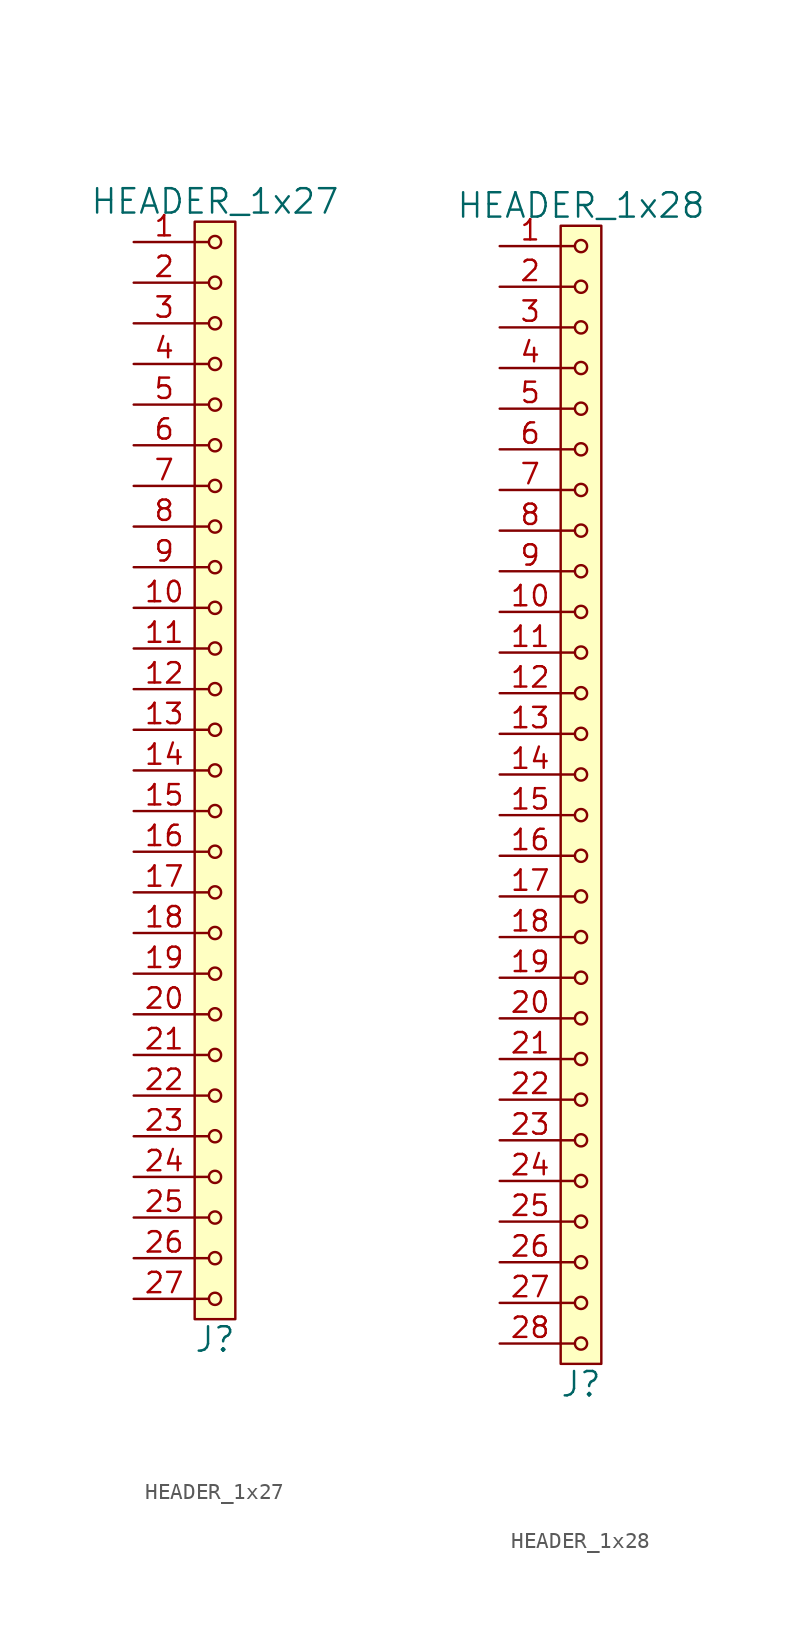
<source format=kicad_sym>
(kicad_symbol_lib
  (version 20211014)
  (generator kicad_symbol_editor)
  (symbol "HEADER_1x27"
    (pin_names
      (offset 1.016))
    (property "Reference" "J"
      (at 0 -35.56 0)
      (effects (font (size 1.524 1.524))))
    (property "Value" "HEADER_1x27"
      (at 0 35.56 0)
      (effects (font (size 1.524 1.524))))
    (property "Footprint" ""
      (at 0 33.02 0)
      (effects (font (size 1.524 1.524))))
    (property "Datasheet" ""
      (at 0 33.02 0)
      (effects (font (size 1.524 1.524))))
    (symbol "HEADER_1x27_0_1"
      (rectangle (start -1.27 34.29) (end 1.27 -34.29) (stroke (width 0) (type default) (color 0 0 0 0)) (fill (type background)))
      (circle (center 0 -33.02) (radius 0.381) (stroke (width 0) (type default) (color 0 0 0 0)) (fill (type none)))
      (circle (center 0 -30.48) (radius 0.381) (stroke (width 0) (type default) (color 0 0 0 0)) (fill (type none)))
      (circle (center 0 -27.94) (radius 0.381) (stroke (width 0) (type default) (color 0 0 0 0)) (fill (type none)))
      (circle (center 0 -25.4) (radius 0.381) (stroke (width 0) (type default) (color 0 0 0 0)) (fill (type none)))
      (circle (center 0 -22.86) (radius 0.381) (stroke (width 0) (type default) (color 0 0 0 0)) (fill (type none)))
      (circle (center 0 -20.32) (radius 0.381) (stroke (width 0) (type default) (color 0 0 0 0)) (fill (type none)))
      (circle (center 0 -17.78) (radius 0.381) (stroke (width 0) (type default) (color 0 0 0 0)) (fill (type none)))
      (circle (center 0 -15.24) (radius 0.381) (stroke (width 0) (type default) (color 0 0 0 0)) (fill (type none)))
      (circle (center 0 -12.7) (radius 0.381) (stroke (width 0) (type default) (color 0 0 0 0)) (fill (type none)))
      (circle (center 0 -10.16) (radius 0.381) (stroke (width 0) (type default) (color 0 0 0 0)) (fill (type none)))
      (circle (center 0 -7.62) (radius 0.381) (stroke (width 0) (type default) (color 0 0 0 0)) (fill (type none)))
      (circle (center 0 -5.08) (radius 0.381) (stroke (width 0) (type default) (color 0 0 0 0)) (fill (type none)))
      (circle (center 0 -2.54) (radius 0.381) (stroke (width 0) (type default) (color 0 0 0 0)) (fill (type none)))
      (polyline (pts (xy -1.27 -33.02) (xy -0.381 -33.02)) (stroke (width 0) (type default) (color 0 0 0 0)) (fill (type none)))
      (polyline (pts (xy -1.27 -30.48) (xy -0.381 -30.48)) (stroke (width 0) (type default) (color 0 0 0 0)) (fill (type none)))
      (polyline (pts (xy -1.27 -27.94) (xy -0.381 -27.94)) (stroke (width 0) (type default) (color 0 0 0 0)) (fill (type none)))
      (polyline (pts (xy -1.27 -25.4) (xy -0.381 -25.4)) (stroke (width 0) (type default) (color 0 0 0 0)) (fill (type none)))
      (polyline (pts (xy -1.27 -22.86) (xy -0.381 -22.86)) (stroke (width 0) (type default) (color 0 0 0 0)) (fill (type none)))
      (polyline (pts (xy -1.27 -20.32) (xy -0.381 -20.32)) (stroke (width 0) (type default) (color 0 0 0 0)) (fill (type none)))
      (polyline (pts (xy -1.27 -17.78) (xy -0.381 -17.78)) (stroke (width 0) (type default) (color 0 0 0 0)) (fill (type none)))
      (polyline (pts (xy -1.27 -15.24) (xy -0.381 -15.24)) (stroke (width 0) (type default) (color 0 0 0 0)) (fill (type none)))
      (polyline (pts (xy -1.27 -12.7) (xy -0.381 -12.7)) (stroke (width 0) (type default) (color 0 0 0 0)) (fill (type none)))
      (polyline (pts (xy -1.27 -10.16) (xy -0.381 -10.16)) (stroke (width 0) (type default) (color 0 0 0 0)) (fill (type none)))
      (polyline (pts (xy -1.27 -7.62) (xy -0.381 -7.62)) (stroke (width 0) (type default) (color 0 0 0 0)) (fill (type none)))
      (polyline (pts (xy -1.27 -5.08) (xy -0.381 -5.08)) (stroke (width 0) (type default) (color 0 0 0 0)) (fill (type none)))
      (polyline (pts (xy -1.27 -2.54) (xy -0.381 -2.54)) (stroke (width 0) (type default) (color 0 0 0 0)) (fill (type none)))
      (polyline (pts (xy -1.27 0) (xy -0.381 0)) (stroke (width 0) (type default) (color 0 0 0 0)) (fill (type none)))
      (polyline (pts (xy -1.27 2.54) (xy -0.381 2.54)) (stroke (width 0) (type default) (color 0 0 0 0)) (fill (type none)))
      (polyline (pts (xy -1.27 5.08) (xy -0.381 5.08)) (stroke (width 0) (type default) (color 0 0 0 0)) (fill (type none)))
      (polyline (pts (xy -1.27 7.62) (xy -0.381 7.62)) (stroke (width 0) (type default) (color 0 0 0 0)) (fill (type none)))
      (polyline (pts (xy -1.27 10.16) (xy -0.381 10.16)) (stroke (width 0) (type default) (color 0 0 0 0)) (fill (type none)))
      (polyline (pts (xy -1.27 12.7) (xy -0.381 12.7)) (stroke (width 0) (type default) (color 0 0 0 0)) (fill (type none)))
      (polyline (pts (xy -1.27 15.24) (xy -0.381 15.24)) (stroke (width 0) (type default) (color 0 0 0 0)) (fill (type none)))
      (polyline (pts (xy -1.27 17.78) (xy -0.381 17.78)) (stroke (width 0) (type default) (color 0 0 0 0)) (fill (type none)))
      (polyline (pts (xy -1.27 20.32) (xy -0.381 20.32)) (stroke (width 0) (type default) (color 0 0 0 0)) (fill (type none)))
      (polyline (pts (xy -1.27 22.86) (xy -0.381 22.86)) (stroke (width 0) (type default) (color 0 0 0 0)) (fill (type none)))
      (polyline (pts (xy -1.27 25.4) (xy -0.381 25.4)) (stroke (width 0) (type default) (color 0 0 0 0)) (fill (type none)))
      (polyline (pts (xy -1.27 27.94) (xy -0.381 27.94)) (stroke (width 0) (type default) (color 0 0 0 0)) (fill (type none)))
      (polyline (pts (xy -1.27 30.48) (xy -0.381 30.48)) (stroke (width 0) (type default) (color 0 0 0 0)) (fill (type none)))
      (polyline (pts (xy -1.27 33.02) (xy -0.381 33.02)) (stroke (width 0) (type default) (color 0 0 0 0)) (fill (type none)))
      (circle (center 0 0) (radius 0.381) (stroke (width 0) (type default) (color 0 0 0 0)) (fill (type none)))
      (circle (center 0 2.54) (radius 0.381) (stroke (width 0) (type default) (color 0 0 0 0)) (fill (type none)))
      (circle (center 0 5.08) (radius 0.381) (stroke (width 0) (type default) (color 0 0 0 0)) (fill (type none)))
      (circle (center 0 7.62) (radius 0.381) (stroke (width 0) (type default) (color 0 0 0 0)) (fill (type none)))
      (circle (center 0 10.16) (radius 0.381) (stroke (width 0) (type default) (color 0 0 0 0)) (fill (type none)))
      (circle (center 0 12.7) (radius 0.381) (stroke (width 0) (type default) (color 0 0 0 0)) (fill (type none)))
      (circle (center 0 15.24) (radius 0.381) (stroke (width 0) (type default) (color 0 0 0 0)) (fill (type none)))
      (circle (center 0 17.78) (radius 0.381) (stroke (width 0) (type default) (color 0 0 0 0)) (fill (type none)))
      (circle (center 0 20.32) (radius 0.381) (stroke (width 0) (type default) (color 0 0 0 0)) (fill (type none)))
      (circle (center 0 22.86) (radius 0.381) (stroke (width 0) (type default) (color 0 0 0 0)) (fill (type none)))
      (circle (center 0 25.4) (radius 0.381) (stroke (width 0) (type default) (color 0 0 0 0)) (fill (type none)))
      (circle (center 0 27.94) (radius 0.381) (stroke (width 0) (type default) (color 0 0 0 0)) (fill (type none)))
      (circle (center 0 30.48) (radius 0.381) (stroke (width 0) (type default) (color 0 0 0 0)) (fill (type none)))
      (circle (center 0 33.02) (radius 0.381) (stroke (width 0) (type default) (color 0 0 0 0)) (fill (type none))))
    (symbol "HEADER_1x27_1_1"
      (pin input line (at -5.08 33.02 0) (length 3.81) (name "~" (effects (font (size 1.27 1.27)))) (number "1" (effects (font (size 1.27 1.27)))))
      (pin input line (at -5.08 10.16 0) (length 3.81) (name "~" (effects (font (size 1.27 1.27)))) (number "10" (effects (font (size 1.27 1.27)))))
      (pin input line (at -5.08 7.62 0) (length 3.81) (name "~" (effects (font (size 1.27 1.27)))) (number "11" (effects (font (size 1.27 1.27)))))
      (pin input line (at -5.08 5.08 0) (length 3.81) (name "~" (effects (font (size 1.27 1.27)))) (number "12" (effects (font (size 1.27 1.27)))))
      (pin input line (at -5.08 2.54 0) (length 3.81) (name "~" (effects (font (size 1.27 1.27)))) (number "13" (effects (font (size 1.27 1.27)))))
      (pin input line (at -5.08 0 0) (length 3.81) (name "~" (effects (font (size 1.27 1.27)))) (number "14" (effects (font (size 1.27 1.27)))))
      (pin input line (at -5.08 -2.54 0) (length 3.81) (name "~" (effects (font (size 1.27 1.27)))) (number "15" (effects (font (size 1.27 1.27)))))
      (pin input line (at -5.08 -5.08 0) (length 3.81) (name "~" (effects (font (size 1.27 1.27)))) (number "16" (effects (font (size 1.27 1.27)))))
      (pin input line (at -5.08 -7.62 0) (length 3.81) (name "~" (effects (font (size 1.27 1.27)))) (number "17" (effects (font (size 1.27 1.27)))))
      (pin input line (at -5.08 -10.16 0) (length 3.81) (name "~" (effects (font (size 1.27 1.27)))) (number "18" (effects (font (size 1.27 1.27)))))
      (pin input line (at -5.08 -12.7 0) (length 3.81) (name "~" (effects (font (size 1.27 1.27)))) (number "19" (effects (font (size 1.27 1.27)))))
      (pin input line (at -5.08 30.48 0) (length 3.81) (name "~" (effects (font (size 1.27 1.27)))) (number "2" (effects (font (size 1.27 1.27)))))
      (pin input line (at -5.08 -15.24 0) (length 3.81) (name "~" (effects (font (size 1.27 1.27)))) (number "20" (effects (font (size 1.27 1.27)))))
      (pin input line (at -5.08 -17.78 0) (length 3.81) (name "~" (effects (font (size 1.27 1.27)))) (number "21" (effects (font (size 1.27 1.27)))))
      (pin input line (at -5.08 -20.32 0) (length 3.81) (name "~" (effects (font (size 1.27 1.27)))) (number "22" (effects (font (size 1.27 1.27)))))
      (pin input line (at -5.08 -22.86 0) (length 3.81) (name "~" (effects (font (size 1.27 1.27)))) (number "23" (effects (font (size 1.27 1.27)))))
      (pin input line (at -5.08 -25.4 0) (length 3.81) (name "~" (effects (font (size 1.27 1.27)))) (number "24" (effects (font (size 1.27 1.27)))))
      (pin input line (at -5.08 -27.94 0) (length 3.81) (name "~" (effects (font (size 1.27 1.27)))) (number "25" (effects (font (size 1.27 1.27)))))
      (pin input line (at -5.08 -30.48 0) (length 3.81) (name "~" (effects (font (size 1.27 1.27)))) (number "26" (effects (font (size 1.27 1.27)))))
      (pin input line (at -5.08 -33.02 0) (length 3.81) (name "~" (effects (font (size 1.27 1.27)))) (number "27" (effects (font (size 1.27 1.27)))))
      (pin input line (at -5.08 27.94 0) (length 3.81) (name "~" (effects (font (size 1.27 1.27)))) (number "3" (effects (font (size 1.27 1.27)))))
      (pin input line (at -5.08 25.4 0) (length 3.81) (name "~" (effects (font (size 1.27 1.27)))) (number "4" (effects (font (size 1.27 1.27)))))
      (pin input line (at -5.08 22.86 0) (length 3.81) (name "~" (effects (font (size 1.27 1.27)))) (number "5" (effects (font (size 1.27 1.27)))))
      (pin input line (at -5.08 20.32 0) (length 3.81) (name "~" (effects (font (size 1.27 1.27)))) (number "6" (effects (font (size 1.27 1.27)))))
      (pin input line (at -5.08 17.78 0) (length 3.81) (name "~" (effects (font (size 1.27 1.27)))) (number "7" (effects (font (size 1.27 1.27)))))
      (pin input line (at -5.08 15.24 0) (length 3.81) (name "~" (effects (font (size 1.27 1.27)))) (number "8" (effects (font (size 1.27 1.27)))))
      (pin input line (at -5.08 12.7 0) (length 3.81) (name "~" (effects (font (size 1.27 1.27)))) (number "9" (effects (font (size 1.27 1.27)))))))
  (symbol "HEADER_1x28"
    (pin_names
      (offset 1.016))
    (property "Reference" "J"
      (at 0 -36.83 0)
      (effects (font (size 1.524 1.524))))
    (property "Value" "HEADER_1x28"
      (at 0 36.83 0)
      (effects (font (size 1.524 1.524))))
    (property "Footprint" ""
      (at 0 34.29 0)
      (effects (font (size 1.524 1.524))))
    (property "Datasheet" ""
      (at 0 34.29 0)
      (effects (font (size 1.524 1.524))))
    (symbol "HEADER_1x28_0_1"
      (rectangle (start -1.27 35.56) (end 1.27 -35.56) (stroke (width 0) (type default) (color 0 0 0 0)) (fill (type background)))
      (circle (center 0 -34.29) (radius 0.381) (stroke (width 0) (type default) (color 0 0 0 0)) (fill (type none)))
      (circle (center 0 -31.75) (radius 0.381) (stroke (width 0) (type default) (color 0 0 0 0)) (fill (type none)))
      (circle (center 0 -29.21) (radius 0.381) (stroke (width 0) (type default) (color 0 0 0 0)) (fill (type none)))
      (circle (center 0 -26.67) (radius 0.381) (stroke (width 0) (type default) (color 0 0 0 0)) (fill (type none)))
      (circle (center 0 -24.13) (radius 0.381) (stroke (width 0) (type default) (color 0 0 0 0)) (fill (type none)))
      (circle (center 0 -21.59) (radius 0.381) (stroke (width 0) (type default) (color 0 0 0 0)) (fill (type none)))
      (circle (center 0 -19.05) (radius 0.381) (stroke (width 0) (type default) (color 0 0 0 0)) (fill (type none)))
      (circle (center 0 -16.51) (radius 0.381) (stroke (width 0) (type default) (color 0 0 0 0)) (fill (type none)))
      (circle (center 0 -13.97) (radius 0.381) (stroke (width 0) (type default) (color 0 0 0 0)) (fill (type none)))
      (circle (center 0 -11.43) (radius 0.381) (stroke (width 0) (type default) (color 0 0 0 0)) (fill (type none)))
      (circle (center 0 -8.89) (radius 0.381) (stroke (width 0) (type default) (color 0 0 0 0)) (fill (type none)))
      (circle (center 0 -6.35) (radius 0.381) (stroke (width 0) (type default) (color 0 0 0 0)) (fill (type none)))
      (circle (center 0 -3.81) (radius 0.381) (stroke (width 0) (type default) (color 0 0 0 0)) (fill (type none)))
      (circle (center 0 -1.27) (radius 0.381) (stroke (width 0) (type default) (color 0 0 0 0)) (fill (type none)))
      (polyline (pts (xy -1.27 -34.29) (xy -0.381 -34.29)) (stroke (width 0) (type default) (color 0 0 0 0)) (fill (type none)))
      (polyline (pts (xy -1.27 -31.75) (xy -0.381 -31.75)) (stroke (width 0) (type default) (color 0 0 0 0)) (fill (type none)))
      (polyline (pts (xy -1.27 -29.21) (xy -0.381 -29.21)) (stroke (width 0) (type default) (color 0 0 0 0)) (fill (type none)))
      (polyline (pts (xy -1.27 -26.67) (xy -0.381 -26.67)) (stroke (width 0) (type default) (color 0 0 0 0)) (fill (type none)))
      (polyline (pts (xy -1.27 -24.13) (xy -0.381 -24.13)) (stroke (width 0) (type default) (color 0 0 0 0)) (fill (type none)))
      (polyline (pts (xy -1.27 -21.59) (xy -0.381 -21.59)) (stroke (width 0) (type default) (color 0 0 0 0)) (fill (type none)))
      (polyline (pts (xy -1.27 -19.05) (xy -0.381 -19.05)) (stroke (width 0) (type default) (color 0 0 0 0)) (fill (type none)))
      (polyline (pts (xy -1.27 -16.51) (xy -0.381 -16.51)) (stroke (width 0) (type default) (color 0 0 0 0)) (fill (type none)))
      (polyline (pts (xy -1.27 -13.97) (xy -0.381 -13.97)) (stroke (width 0) (type default) (color 0 0 0 0)) (fill (type none)))
      (polyline (pts (xy -1.27 -11.43) (xy -0.381 -11.43)) (stroke (width 0) (type default) (color 0 0 0 0)) (fill (type none)))
      (polyline (pts (xy -1.27 -8.89) (xy -0.381 -8.89)) (stroke (width 0) (type default) (color 0 0 0 0)) (fill (type none)))
      (polyline (pts (xy -1.27 -6.35) (xy -0.381 -6.35)) (stroke (width 0) (type default) (color 0 0 0 0)) (fill (type none)))
      (polyline (pts (xy -1.27 -3.81) (xy -0.381 -3.81)) (stroke (width 0) (type default) (color 0 0 0 0)) (fill (type none)))
      (polyline (pts (xy -1.27 -1.27) (xy -0.381 -1.27)) (stroke (width 0) (type default) (color 0 0 0 0)) (fill (type none)))
      (polyline (pts (xy -1.27 1.27) (xy -0.381 1.27)) (stroke (width 0) (type default) (color 0 0 0 0)) (fill (type none)))
      (polyline (pts (xy -1.27 3.81) (xy -0.381 3.81)) (stroke (width 0) (type default) (color 0 0 0 0)) (fill (type none)))
      (polyline (pts (xy -1.27 6.35) (xy -0.381 6.35)) (stroke (width 0) (type default) (color 0 0 0 0)) (fill (type none)))
      (polyline (pts (xy -1.27 8.89) (xy -0.381 8.89)) (stroke (width 0) (type default) (color 0 0 0 0)) (fill (type none)))
      (polyline (pts (xy -1.27 11.43) (xy -0.381 11.43)) (stroke (width 0) (type default) (color 0 0 0 0)) (fill (type none)))
      (polyline (pts (xy -1.27 13.97) (xy -0.381 13.97)) (stroke (width 0) (type default) (color 0 0 0 0)) (fill (type none)))
      (polyline (pts (xy -1.27 16.51) (xy -0.381 16.51)) (stroke (width 0) (type default) (color 0 0 0 0)) (fill (type none)))
      (polyline (pts (xy -1.27 19.05) (xy -0.381 19.05)) (stroke (width 0) (type default) (color 0 0 0 0)) (fill (type none)))
      (polyline (pts (xy -1.27 21.59) (xy -0.381 21.59)) (stroke (width 0) (type default) (color 0 0 0 0)) (fill (type none)))
      (polyline (pts (xy -1.27 24.13) (xy -0.381 24.13)) (stroke (width 0) (type default) (color 0 0 0 0)) (fill (type none)))
      (polyline (pts (xy -1.27 26.67) (xy -0.381 26.67)) (stroke (width 0) (type default) (color 0 0 0 0)) (fill (type none)))
      (polyline (pts (xy -1.27 29.21) (xy -0.381 29.21)) (stroke (width 0) (type default) (color 0 0 0 0)) (fill (type none)))
      (polyline (pts (xy -1.27 31.75) (xy -0.381 31.75)) (stroke (width 0) (type default) (color 0 0 0 0)) (fill (type none)))
      (polyline (pts (xy -1.27 34.29) (xy -0.381 34.29)) (stroke (width 0) (type default) (color 0 0 0 0)) (fill (type none)))
      (circle (center 0 1.27) (radius 0.381) (stroke (width 0) (type default) (color 0 0 0 0)) (fill (type none)))
      (circle (center 0 3.81) (radius 0.381) (stroke (width 0) (type default) (color 0 0 0 0)) (fill (type none)))
      (circle (center 0 6.35) (radius 0.381) (stroke (width 0) (type default) (color 0 0 0 0)) (fill (type none)))
      (circle (center 0 8.89) (radius 0.381) (stroke (width 0) (type default) (color 0 0 0 0)) (fill (type none)))
      (circle (center 0 11.43) (radius 0.381) (stroke (width 0) (type default) (color 0 0 0 0)) (fill (type none)))
      (circle (center 0 13.97) (radius 0.381) (stroke (width 0) (type default) (color 0 0 0 0)) (fill (type none)))
      (circle (center 0 16.51) (radius 0.381) (stroke (width 0) (type default) (color 0 0 0 0)) (fill (type none)))
      (circle (center 0 19.05) (radius 0.381) (stroke (width 0) (type default) (color 0 0 0 0)) (fill (type none)))
      (circle (center 0 21.59) (radius 0.381) (stroke (width 0) (type default) (color 0 0 0 0)) (fill (type none)))
      (circle (center 0 24.13) (radius 0.381) (stroke (width 0) (type default) (color 0 0 0 0)) (fill (type none)))
      (circle (center 0 26.67) (radius 0.381) (stroke (width 0) (type default) (color 0 0 0 0)) (fill (type none)))
      (circle (center 0 29.21) (radius 0.381) (stroke (width 0) (type default) (color 0 0 0 0)) (fill (type none)))
      (circle (center 0 31.75) (radius 0.381) (stroke (width 0) (type default) (color 0 0 0 0)) (fill (type none)))
      (circle (center 0 34.29) (radius 0.381) (stroke (width 0) (type default) (color 0 0 0 0)) (fill (type none))))
    (symbol "HEADER_1x28_1_1"
      (pin input line (at -5.08 34.29 0) (length 3.81) (name "~" (effects (font (size 1.27 1.27)))) (number "1" (effects (font (size 1.27 1.27)))))
      (pin input line (at -5.08 11.43 0) (length 3.81) (name "~" (effects (font (size 1.27 1.27)))) (number "10" (effects (font (size 1.27 1.27)))))
      (pin input line (at -5.08 8.89 0) (length 3.81) (name "~" (effects (font (size 1.27 1.27)))) (number "11" (effects (font (size 1.27 1.27)))))
      (pin input line (at -5.08 6.35 0) (length 3.81) (name "~" (effects (font (size 1.27 1.27)))) (number "12" (effects (font (size 1.27 1.27)))))
      (pin input line (at -5.08 3.81 0) (length 3.81) (name "~" (effects (font (size 1.27 1.27)))) (number "13" (effects (font (size 1.27 1.27)))))
      (pin input line (at -5.08 1.27 0) (length 3.81) (name "~" (effects (font (size 1.27 1.27)))) (number "14" (effects (font (size 1.27 1.27)))))
      (pin input line (at -5.08 -1.27 0) (length 3.81) (name "~" (effects (font (size 1.27 1.27)))) (number "15" (effects (font (size 1.27 1.27)))))
      (pin input line (at -5.08 -3.81 0) (length 3.81) (name "~" (effects (font (size 1.27 1.27)))) (number "16" (effects (font (size 1.27 1.27)))))
      (pin input line (at -5.08 -6.35 0) (length 3.81) (name "~" (effects (font (size 1.27 1.27)))) (number "17" (effects (font (size 1.27 1.27)))))
      (pin input line (at -5.08 -8.89 0) (length 3.81) (name "~" (effects (font (size 1.27 1.27)))) (number "18" (effects (font (size 1.27 1.27)))))
      (pin input line (at -5.08 -11.43 0) (length 3.81) (name "~" (effects (font (size 1.27 1.27)))) (number "19" (effects (font (size 1.27 1.27)))))
      (pin input line (at -5.08 31.75 0) (length 3.81) (name "~" (effects (font (size 1.27 1.27)))) (number "2" (effects (font (size 1.27 1.27)))))
      (pin input line (at -5.08 -13.97 0) (length 3.81) (name "~" (effects (font (size 1.27 1.27)))) (number "20" (effects (font (size 1.27 1.27)))))
      (pin input line (at -5.08 -16.51 0) (length 3.81) (name "~" (effects (font (size 1.27 1.27)))) (number "21" (effects (font (size 1.27 1.27)))))
      (pin input line (at -5.08 -19.05 0) (length 3.81) (name "~" (effects (font (size 1.27 1.27)))) (number "22" (effects (font (size 1.27 1.27)))))
      (pin input line (at -5.08 -21.59 0) (length 3.81) (name "~" (effects (font (size 1.27 1.27)))) (number "23" (effects (font (size 1.27 1.27)))))
      (pin input line (at -5.08 -24.13 0) (length 3.81) (name "~" (effects (font (size 1.27 1.27)))) (number "24" (effects (font (size 1.27 1.27)))))
      (pin input line (at -5.08 -26.67 0) (length 3.81) (name "~" (effects (font (size 1.27 1.27)))) (number "25" (effects (font (size 1.27 1.27)))))
      (pin input line (at -5.08 -29.21 0) (length 3.81) (name "~" (effects (font (size 1.27 1.27)))) (number "26" (effects (font (size 1.27 1.27)))))
      (pin input line (at -5.08 -31.75 0) (length 3.81) (name "~" (effects (font (size 1.27 1.27)))) (number "27" (effects (font (size 1.27 1.27)))))
      (pin input line (at -5.08 -34.29 0) (length 3.81) (name "~" (effects (font (size 1.27 1.27)))) (number "28" (effects (font (size 1.27 1.27)))))
      (pin input line (at -5.08 29.21 0) (length 3.81) (name "~" (effects (font (size 1.27 1.27)))) (number "3" (effects (font (size 1.27 1.27)))))
      (pin input line (at -5.08 26.67 0) (length 3.81) (name "~" (effects (font (size 1.27 1.27)))) (number "4" (effects (font (size 1.27 1.27)))))
      (pin input line (at -5.08 24.13 0) (length 3.81) (name "~" (effects (font (size 1.27 1.27)))) (number "5" (effects (font (size 1.27 1.27)))))
      (pin input line (at -5.08 21.59 0) (length 3.81) (name "~" (effects (font (size 1.27 1.27)))) (number "6" (effects (font (size 1.27 1.27)))))
      (pin input line (at -5.08 19.05 0) (length 3.81) (name "~" (effects (font (size 1.27 1.27)))) (number "7" (effects (font (size 1.27 1.27)))))
      (pin input line (at -5.08 16.51 0) (length 3.81) (name "~" (effects (font (size 1.27 1.27)))) (number "8" (effects (font (size 1.27 1.27)))))
      (pin input line (at -5.08 13.97 0) (length 3.81) (name "~" (effects (font (size 1.27 1.27)))) (number "9" (effects (font (size 1.27 1.27))))))))
</source>
